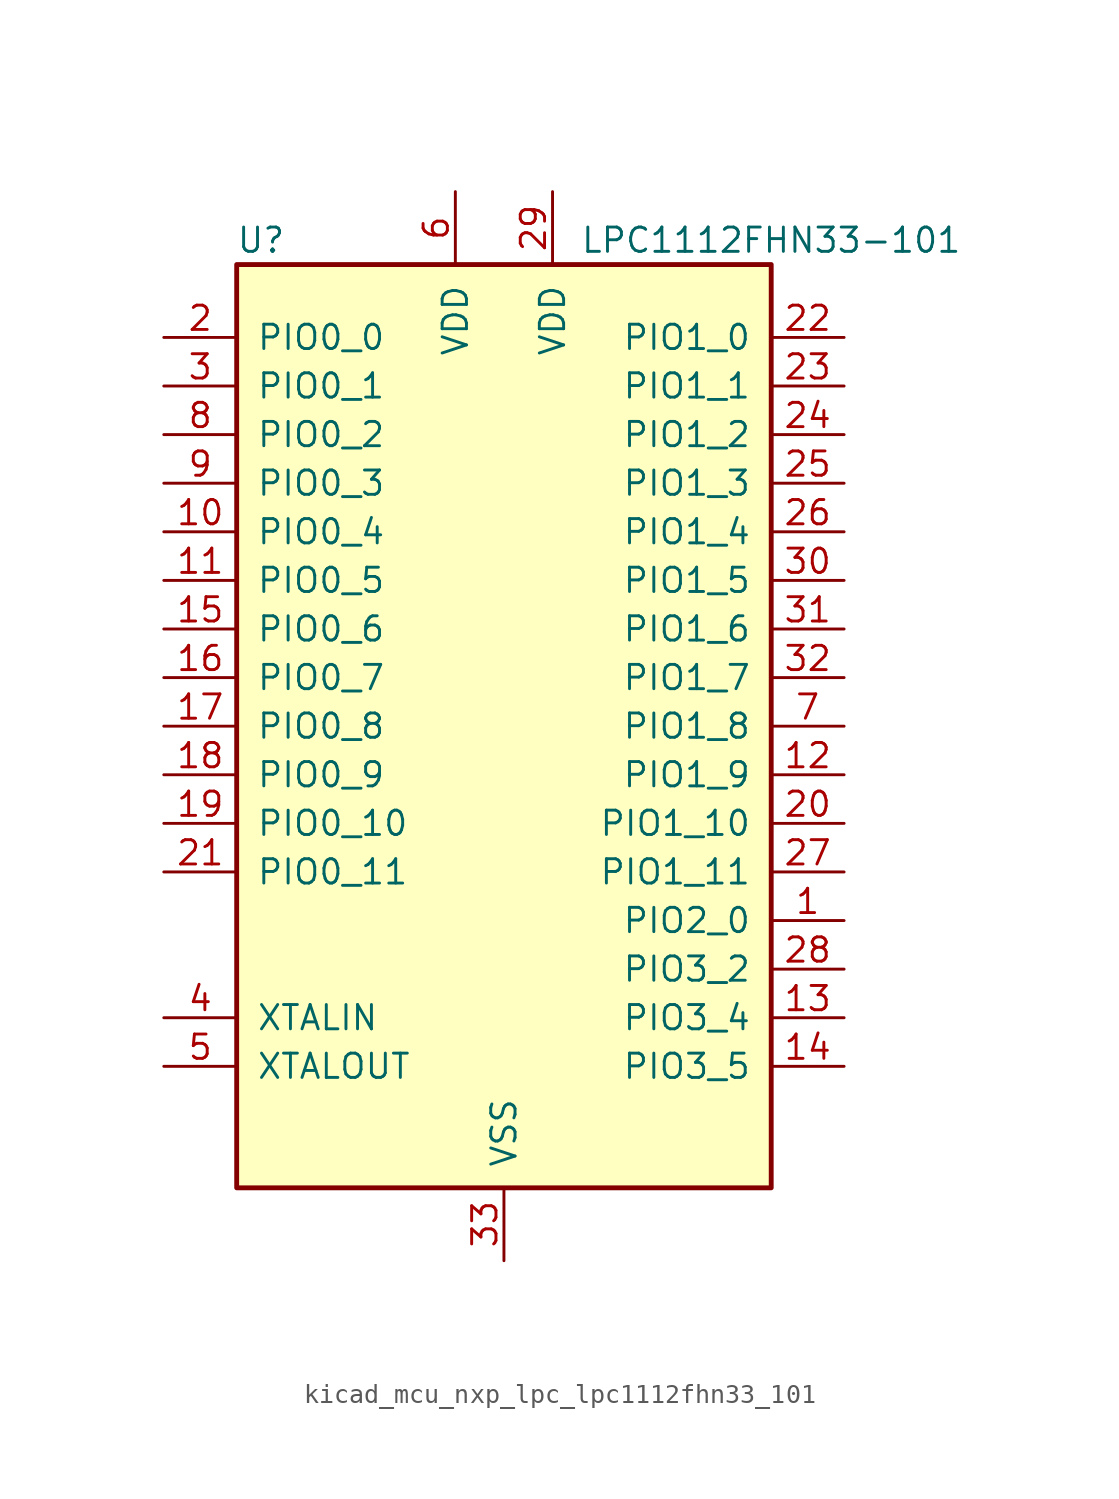
<source format=kicad_sym>
(kicad_symbol_lib
  (version 20220914)
  (generator kicad_symbol_editor)
  (symbol "kicad_mcu_nxp_lpc_lpc1112fhn33_101"
    (pin_names
      (offset 1.016))
    (property "Reference" "U"
      (at -12.7 25.4 0)
      (effects (font (size 1.27 1.27))))
    (property "Value" "LPC1112FHN33-101"
      (at 13.97 25.4 0)
      (effects (font (size 1.27 1.27))))
    (symbol "kicad_mcu_nxp_lpc_lpc1112fhn33_101_0_1"
      (rectangle (start -13.97 24.13) (end 13.97 -24.13) (stroke (width 0.254) (type default)) (fill (type background))))
    (symbol "kicad_mcu_nxp_lpc_lpc1112fhn33_101_1_1"
      (pin bidirectional line (at 17.78 -10.16 180) (length 3.81) (name "PIO2_0" (effects (font (size 1.27 1.27)))) (number "1" (effects (font (size 1.27 1.27)))))
      (pin bidirectional line (at -17.78 10.16 0) (length 3.81) (name "PIO0_4" (effects (font (size 1.27 1.27)))) (number "10" (effects (font (size 1.27 1.27)))))
      (pin bidirectional line (at -17.78 7.62 0) (length 3.81) (name "PIO0_5" (effects (font (size 1.27 1.27)))) (number "11" (effects (font (size 1.27 1.27)))))
      (pin bidirectional line (at 17.78 -2.54 180) (length 3.81) (name "PIO1_9" (effects (font (size 1.27 1.27)))) (number "12" (effects (font (size 1.27 1.27)))))
      (pin bidirectional line (at 17.78 -15.24 180) (length 3.81) (name "PIO3_4" (effects (font (size 1.27 1.27)))) (number "13" (effects (font (size 1.27 1.27)))))
      (pin bidirectional line (at 17.78 -17.78 180) (length 3.81) (name "PIO3_5" (effects (font (size 1.27 1.27)))) (number "14" (effects (font (size 1.27 1.27)))))
      (pin bidirectional line (at -17.78 5.08 0) (length 3.81) (name "PIO0_6" (effects (font (size 1.27 1.27)))) (number "15" (effects (font (size 1.27 1.27)))))
      (pin bidirectional line (at -17.78 2.54 0) (length 3.81) (name "PIO0_7" (effects (font (size 1.27 1.27)))) (number "16" (effects (font (size 1.27 1.27)))))
      (pin bidirectional line (at -17.78 0 0) (length 3.81) (name "PIO0_8" (effects (font (size 1.27 1.27)))) (number "17" (effects (font (size 1.27 1.27)))))
      (pin bidirectional line (at -17.78 -2.54 0) (length 3.81) (name "PIO0_9" (effects (font (size 1.27 1.27)))) (number "18" (effects (font (size 1.27 1.27)))))
      (pin bidirectional line (at -17.78 -5.08 0) (length 3.81) (name "PIO0_10" (effects (font (size 1.27 1.27)))) (number "19" (effects (font (size 1.27 1.27)))))
      (pin bidirectional line (at -17.78 20.32 0) (length 3.81) (name "PIO0_0" (effects (font (size 1.27 1.27)))) (number "2" (effects (font (size 1.27 1.27)))))
      (pin bidirectional line (at 17.78 -5.08 180) (length 3.81) (name "PIO1_10" (effects (font (size 1.27 1.27)))) (number "20" (effects (font (size 1.27 1.27)))))
      (pin bidirectional line (at -17.78 -7.62 0) (length 3.81) (name "PIO0_11" (effects (font (size 1.27 1.27)))) (number "21" (effects (font (size 1.27 1.27)))))
      (pin bidirectional line (at 17.78 20.32 180) (length 3.81) (name "PIO1_0" (effects (font (size 1.27 1.27)))) (number "22" (effects (font (size 1.27 1.27)))))
      (pin bidirectional line (at 17.78 17.78 180) (length 3.81) (name "PIO1_1" (effects (font (size 1.27 1.27)))) (number "23" (effects (font (size 1.27 1.27)))))
      (pin bidirectional line (at 17.78 15.24 180) (length 3.81) (name "PIO1_2" (effects (font (size 1.27 1.27)))) (number "24" (effects (font (size 1.27 1.27)))))
      (pin bidirectional line (at 17.78 12.7 180) (length 3.81) (name "PIO1_3" (effects (font (size 1.27 1.27)))) (number "25" (effects (font (size 1.27 1.27)))))
      (pin bidirectional line (at 17.78 10.16 180) (length 3.81) (name "PIO1_4" (effects (font (size 1.27 1.27)))) (number "26" (effects (font (size 1.27 1.27)))))
      (pin bidirectional line (at 17.78 -7.62 180) (length 3.81) (name "PIO1_11" (effects (font (size 1.27 1.27)))) (number "27" (effects (font (size 1.27 1.27)))))
      (pin bidirectional line (at 17.78 -12.7 180) (length 3.81) (name "PIO3_2" (effects (font (size 1.27 1.27)))) (number "28" (effects (font (size 1.27 1.27)))))
      (pin power_in line (at 2.54 27.94 270) (length 3.81) (name "VDD" (effects (font (size 1.27 1.27)))) (number "29" (effects (font (size 1.27 1.27)))))
      (pin bidirectional line (at -17.78 17.78 0) (length 3.81) (name "PIO0_1" (effects (font (size 1.27 1.27)))) (number "3" (effects (font (size 1.27 1.27)))))
      (pin bidirectional line (at 17.78 7.62 180) (length 3.81) (name "PIO1_5" (effects (font (size 1.27 1.27)))) (number "30" (effects (font (size 1.27 1.27)))))
      (pin bidirectional line (at 17.78 5.08 180) (length 3.81) (name "PIO1_6" (effects (font (size 1.27 1.27)))) (number "31" (effects (font (size 1.27 1.27)))))
      (pin bidirectional line (at 17.78 2.54 180) (length 3.81) (name "PIO1_7" (effects (font (size 1.27 1.27)))) (number "32" (effects (font (size 1.27 1.27)))))
      (pin power_in line (at 0 -27.94 90) (length 3.81) (name "VSS" (effects (font (size 1.27 1.27)))) (number "33" (effects (font (size 1.27 1.27)))))
      (pin input line (at -17.78 -15.24 0) (length 3.81) (name "XTALIN" (effects (font (size 1.27 1.27)))) (number "4" (effects (font (size 1.27 1.27)))))
      (pin output line (at -17.78 -17.78 0) (length 3.81) (name "XTALOUT" (effects (font (size 1.27 1.27)))) (number "5" (effects (font (size 1.27 1.27)))))
      (pin power_in line (at -2.54 27.94 270) (length 3.81) (name "VDD" (effects (font (size 1.27 1.27)))) (number "6" (effects (font (size 1.27 1.27)))))
      (pin bidirectional line (at 17.78 0 180) (length 3.81) (name "PIO1_8" (effects (font (size 1.27 1.27)))) (number "7" (effects (font (size 1.27 1.27)))))
      (pin bidirectional line (at -17.78 15.24 0) (length 3.81) (name "PIO0_2" (effects (font (size 1.27 1.27)))) (number "8" (effects (font (size 1.27 1.27)))))
      (pin bidirectional line (at -17.78 12.7 0) (length 3.81) (name "PIO0_3" (effects (font (size 1.27 1.27)))) (number "9" (effects (font (size 1.27 1.27))))))))
</source>
